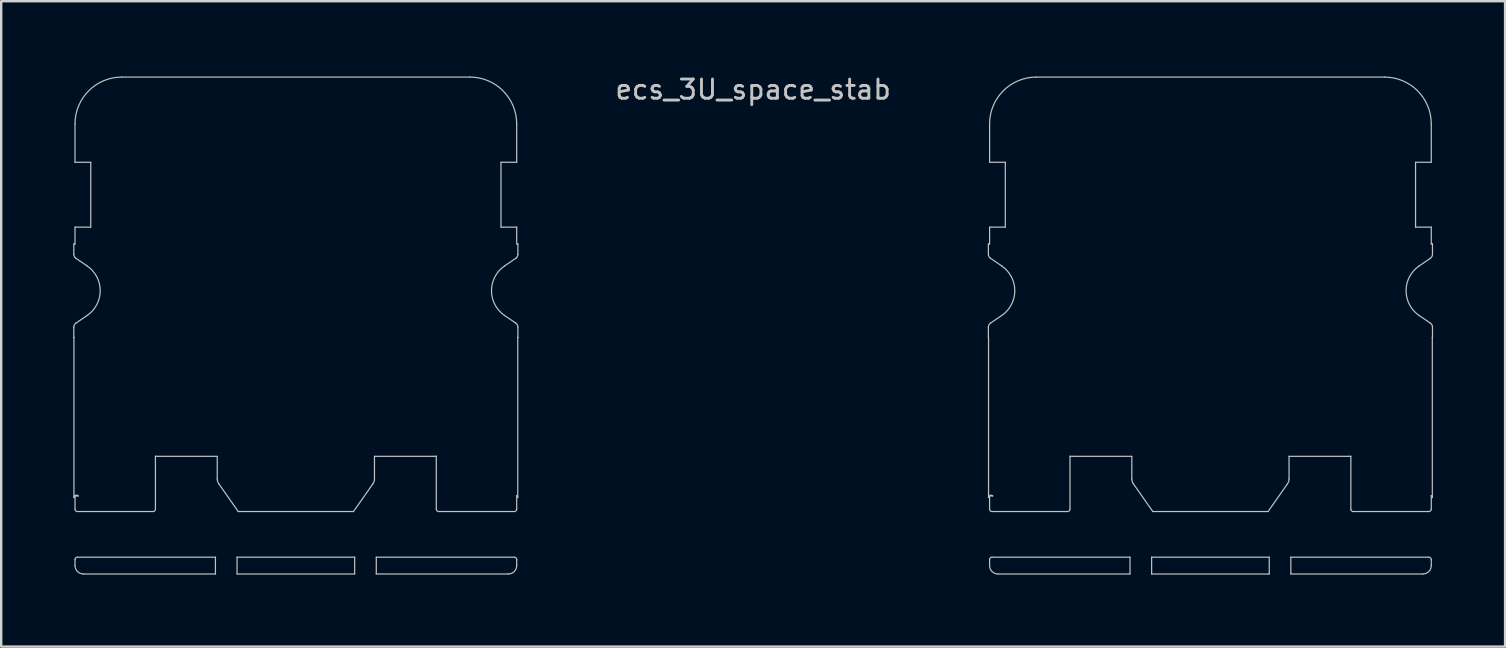
<source format=kicad_pcb>
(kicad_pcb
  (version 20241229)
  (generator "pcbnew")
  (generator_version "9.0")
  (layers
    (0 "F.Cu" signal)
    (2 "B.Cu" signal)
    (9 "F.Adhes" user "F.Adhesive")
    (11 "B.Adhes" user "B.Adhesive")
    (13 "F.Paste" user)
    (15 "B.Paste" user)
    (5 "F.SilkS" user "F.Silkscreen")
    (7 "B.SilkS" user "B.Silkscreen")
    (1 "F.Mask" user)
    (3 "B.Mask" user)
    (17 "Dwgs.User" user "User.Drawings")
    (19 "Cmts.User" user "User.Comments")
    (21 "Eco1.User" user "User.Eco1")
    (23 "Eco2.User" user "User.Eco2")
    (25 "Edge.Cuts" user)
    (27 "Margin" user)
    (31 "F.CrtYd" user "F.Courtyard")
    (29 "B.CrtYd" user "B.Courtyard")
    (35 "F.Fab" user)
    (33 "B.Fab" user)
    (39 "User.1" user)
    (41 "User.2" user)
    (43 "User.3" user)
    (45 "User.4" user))
  (footprint "ecs_3U_space_stab"
    (layer "F.Cu")
    (at 28.325 9.061)
    (property "Reference" "ecs_3U_space_stab" (at 0 -8.382 0) (layer "Dwgs.User") (effects (font (size 0.8 0.8) (thickness 0.12))))
    (attr smd)
    (fp_line (start -28.3 -1.95) (end -28.25 -1.95) (stroke (width 0.05) (type solid)) (layer "Dwgs.User"))
    (fp_line (start -28.3 -1.516) (end -28.3 -1.95) (stroke (width 0.05) (type solid)) (layer "Dwgs.User"))
    (fp_line (start -28.3 1.95) (end -28.3 1.516) (stroke (width 0.05) (type solid)) (layer "Dwgs.User"))
    (fp_line (start -28.294 1.95) (end -28.3 1.95) (stroke (width 0.05) (type solid)) (layer "Dwgs.User"))
    (fp_line (start -28.294 8.616) (end -28.294 1.95) (stroke (width 0.05) (type solid)) (layer "Dwgs.User"))
    (fp_line (start -28.25 -5.35) (end -28.25 -6.95) (stroke (width 0.05) (type solid)) (layer "Dwgs.User"))
    (fp_line (start -28.25 -2.65) (end -27.595 -2.65) (stroke (width 0.05) (type solid)) (layer "Dwgs.User"))
    (fp_line (start -28.25 -1.95) (end -28.25 -2.65) (stroke (width 0.05) (type solid)) (layer "Dwgs.User"))
    (fp_line (start -28.25 8.55) (end -28.119 8.55) (stroke (width 0.05) (type solid)) (layer "Dwgs.User"))
    (fp_line (start -28.25 9.1) (end -28.25 8.55) (stroke (width 0.05) (type solid)) (layer "Dwgs.User"))
    (fp_line (start -28.25 11.45) (end -28.25 11.2) (stroke (width 0.05) (type solid)) (layer "Dwgs.User"))
    (fp_line (start -28.213 1.351) (end -27.746 1.033) (stroke (width 0.05) (type solid)) (layer "Dwgs.User"))
    (fp_line (start -28.15 11.1) (end -22.4 11.1) (stroke (width 0.05) (type solid)) (layer "Dwgs.User"))
    (fp_line (start -27.746 -1.033) (end -28.213 -1.351) (stroke (width 0.05) (type solid)) (layer "Dwgs.User"))
    (fp_line (start -27.595 -5.35) (end -28.25 -5.35) (stroke (width 0.05) (type solid)) (layer "Dwgs.User"))
    (fp_line (start -27.595 -2.65) (end -27.595 -5.35) (stroke (width 0.05) (type solid)) (layer "Dwgs.User"))
    (fp_line (start -26.3 -8.9) (end -11.8 -8.9) (stroke (width 0.05) (type solid)) (layer "Dwgs.User"))
    (fp_line (start -25 9.2) (end -28.15 9.2) (stroke (width 0.05) (type solid)) (layer "Dwgs.User"))
    (fp_line (start -24.9 6.895) (end -24.9 9.1) (stroke (width 0.05) (type solid)) (layer "Dwgs.User"))
    (fp_line (start -22.4 11.1) (end -22.4 11.8) (stroke (width 0.05) (type solid)) (layer "Dwgs.User"))
    (fp_line (start -22.4 11.8) (end -27.9 11.8) (stroke (width 0.05) (type solid)) (layer "Dwgs.User"))
    (fp_line (start -22.325 6.9) (end -24.8 6.9) (stroke (width 0.05) (type solid)) (layer "Dwgs.User"))
    (fp_line (start -22.325 7.84) (end -22.325 6.9) (stroke (width 0.05) (type solid)) (layer "Dwgs.User"))
    (fp_line (start -21.5 11.1) (end -16.6 11.1) (stroke (width 0.05) (type solid)) (layer "Dwgs.User"))
    (fp_line (start -21.5 11.8) (end -21.5 11.1) (stroke (width 0.05) (type solid)) (layer "Dwgs.User"))
    (fp_line (start -21.45 9.2) (end -22.262 8.041) (stroke (width 0.05) (type solid)) (layer "Dwgs.User"))
    (fp_line (start -16.65 9.2) (end -21.45 9.2) (stroke (width 0.05) (type solid)) (layer "Dwgs.User"))
    (fp_line (start -16.6 11.1) (end -16.6 11.8) (stroke (width 0.05) (type solid)) (layer "Dwgs.User"))
    (fp_line (start -16.6 11.8) (end -21.5 11.8) (stroke (width 0.05) (type solid)) (layer "Dwgs.User"))
    (fp_line (start -15.838 8.041) (end -16.65 9.2) (stroke (width 0.05) (type solid)) (layer "Dwgs.User"))
    (fp_line (start -15.775 6.9) (end -15.775 7.84) (stroke (width 0.05) (type solid)) (layer "Dwgs.User"))
    (fp_line (start -15.7 11.1) (end -9.95 11.1) (stroke (width 0.05) (type solid)) (layer "Dwgs.User"))
    (fp_line (start -15.7 11.8) (end -15.7 11.1) (stroke (width 0.05) (type solid)) (layer "Dwgs.User"))
    (fp_line (start -13.3 6.9) (end -15.775 6.9) (stroke (width 0.05) (type solid)) (layer "Dwgs.User"))
    (fp_line (start -13.2 9.1) (end -13.2 6.895) (stroke (width 0.05) (type solid)) (layer "Dwgs.User"))
    (fp_line (start -10.505 -5.35) (end -10.505 -2.65) (stroke (width 0.05) (type solid)) (layer "Dwgs.User"))
    (fp_line (start -10.505 -2.65) (end -9.85 -2.65) (stroke (width 0.05) (type solid)) (layer "Dwgs.User"))
    (fp_line (start -10.354 1.033) (end -9.887 1.351) (stroke (width 0.05) (type solid)) (layer "Dwgs.User"))
    (fp_line (start -10.2 11.8) (end -15.7 11.8) (stroke (width 0.05) (type solid)) (layer "Dwgs.User"))
    (fp_line (start -9.95 9.2) (end -13.1 9.2) (stroke (width 0.05) (type solid)) (layer "Dwgs.User"))
    (fp_line (start -9.887 -1.351) (end -10.354 -1.033) (stroke (width 0.05) (type solid)) (layer "Dwgs.User"))
    (fp_line (start -9.85 8.534) (end -9.85 9.1) (stroke (width 0.05) (type solid)) (layer "Dwgs.User"))
    (fp_line (start -9.85 -6.95) (end -9.85 -5.35) (stroke (width 0.05) (type solid)) (layer "Dwgs.User"))
    (fp_line (start -9.85 -5.35) (end -10.505 -5.35) (stroke (width 0.05) (type solid)) (layer "Dwgs.User"))
    (fp_line (start -9.85 -2.65) (end -9.85 -1.95) (stroke (width 0.05) (type solid)) (layer "Dwgs.User"))
    (fp_line (start -9.85 -1.95) (end -9.8 -1.95) (stroke (width 0.05) (type solid)) (layer "Dwgs.User"))
    (fp_line (start -9.85 11.2) (end -9.85 11.45) (stroke (width 0.05) (type solid)) (layer "Dwgs.User"))
    (fp_line (start -9.806 1.95) (end -9.806 8.616) (stroke (width 0.05) (type solid)) (layer "Dwgs.User"))
    (fp_line (start -9.8 -1.95) (end -9.8 -1.516) (stroke (width 0.05) (type solid)) (layer "Dwgs.User"))
    (fp_line (start -9.8 1.516) (end -9.8 1.95) (stroke (width 0.05) (type solid)) (layer "Dwgs.User"))
    (fp_line (start -9.8 1.95) (end -9.806 1.95) (stroke (width 0.05) (type solid)) (layer "Dwgs.User"))
    (fp_line (start 9.8 -1.95) (end 9.85 -1.95) (stroke (width 0.05) (type solid)) (layer "Dwgs.User"))
    (fp_line (start 9.8 -1.516) (end 9.8 -1.95) (stroke (width 0.05) (type solid)) (layer "Dwgs.User"))
    (fp_line (start 9.8 1.95) (end 9.8 1.516) (stroke (width 0.05) (type solid)) (layer "Dwgs.User"))
    (fp_line (start 9.806 1.95) (end 9.8 1.95) (stroke (width 0.05) (type solid)) (layer "Dwgs.User"))
    (fp_line (start 9.806 8.616) (end 9.806 1.95) (stroke (width 0.05) (type solid)) (layer "Dwgs.User"))
    (fp_line (start 9.85 -5.35) (end 9.85 -6.95) (stroke (width 0.05) (type solid)) (layer "Dwgs.User"))
    (fp_line (start 9.85 -2.65) (end 10.505 -2.65) (stroke (width 0.05) (type solid)) (layer "Dwgs.User"))
    (fp_line (start 9.85 -1.95) (end 9.85 -2.65) (stroke (width 0.05) (type solid)) (layer "Dwgs.User"))
    (fp_line (start 9.85 8.55) (end 9.981 8.55) (stroke (width 0.05) (type solid)) (layer "Dwgs.User"))
    (fp_line (start 9.85 9.1) (end 9.85 8.55) (stroke (width 0.05) (type solid)) (layer "Dwgs.User"))
    (fp_line (start 9.85 11.45) (end 9.85 11.2) (stroke (width 0.05) (type solid)) (layer "Dwgs.User"))
    (fp_line (start 9.887 1.351) (end 10.354 1.033) (stroke (width 0.05) (type solid)) (layer "Dwgs.User"))
    (fp_line (start 9.95 11.1) (end 15.7 11.1) (stroke (width 0.05) (type solid)) (layer "Dwgs.User"))
    (fp_line (start 10.354 -1.033) (end 9.887 -1.351) (stroke (width 0.05) (type solid)) (layer "Dwgs.User"))
    (fp_line (start 10.505 -5.35) (end 9.85 -5.35) (stroke (width 0.05) (type solid)) (layer "Dwgs.User"))
    (fp_line (start 10.505 -2.65) (end 10.505 -5.35) (stroke (width 0.05) (type solid)) (layer "Dwgs.User"))
    (fp_line (start 11.8 -8.9) (end 26.3 -8.9) (stroke (width 0.05) (type solid)) (layer "Dwgs.User"))
    (fp_line (start 13.1 9.2) (end 9.95 9.2) (stroke (width 0.05) (type solid)) (layer "Dwgs.User"))
    (fp_line (start 13.2 6.895) (end 13.2 9.1) (stroke (width 0.05) (type solid)) (layer "Dwgs.User"))
    (fp_line (start 15.7 11.1) (end 15.7 11.8) (stroke (width 0.05) (type solid)) (layer "Dwgs.User"))
    (fp_line (start 15.7 11.8) (end 10.2 11.8) (stroke (width 0.05) (type solid)) (layer "Dwgs.User"))
    (fp_line (start 15.775 6.9) (end 13.3 6.9) (stroke (width 0.05) (type solid)) (layer "Dwgs.User"))
    (fp_line (start 15.775 7.84) (end 15.775 6.9) (stroke (width 0.05) (type solid)) (layer "Dwgs.User"))
    (fp_line (start 16.6 11.1) (end 21.5 11.1) (stroke (width 0.05) (type solid)) (layer "Dwgs.User"))
    (fp_line (start 16.6 11.8) (end 16.6 11.1) (stroke (width 0.05) (type solid)) (layer "Dwgs.User"))
    (fp_line (start 16.65 9.2) (end 15.838 8.041) (stroke (width 0.05) (type solid)) (layer "Dwgs.User"))
    (fp_line (start 21.45 9.2) (end 16.65 9.2) (stroke (width 0.05) (type solid)) (layer "Dwgs.User"))
    (fp_line (start 21.5 11.1) (end 21.5 11.8) (stroke (width 0.05) (type solid)) (layer "Dwgs.User"))
    (fp_line (start 21.5 11.8) (end 16.6 11.8) (stroke (width 0.05) (type solid)) (layer "Dwgs.User"))
    (fp_line (start 22.262 8.041) (end 21.45 9.2) (stroke (width 0.05) (type solid)) (layer "Dwgs.User"))
    (fp_line (start 22.325 6.9) (end 22.325 7.84) (stroke (width 0.05) (type solid)) (layer "Dwgs.User"))
    (fp_line (start 22.4 11.1) (end 28.15 11.1) (stroke (width 0.05) (type solid)) (layer "Dwgs.User"))
    (fp_line (start 22.4 11.8) (end 22.4 11.1) (stroke (width 0.05) (type solid)) (layer "Dwgs.User"))
    (fp_line (start 24.8 6.9) (end 22.325 6.9) (stroke (width 0.05) (type solid)) (layer "Dwgs.User"))
    (fp_line (start 24.9 9.1) (end 24.9 6.895) (stroke (width 0.05) (type solid)) (layer "Dwgs.User"))
    (fp_line (start 27.595 -5.35) (end 27.595 -2.65) (stroke (width 0.05) (type solid)) (layer "Dwgs.User"))
    (fp_line (start 27.595 -2.65) (end 28.25 -2.65) (stroke (width 0.05) (type solid)) (layer "Dwgs.User"))
    (fp_line (start 27.746 1.033) (end 28.213 1.351) (stroke (width 0.05) (type solid)) (layer "Dwgs.User"))
    (fp_line (start 27.9 11.8) (end 22.4 11.8) (stroke (width 0.05) (type solid)) (layer "Dwgs.User"))
    (fp_line (start 28.15 9.2) (end 25 9.2) (stroke (width 0.05) (type solid)) (layer "Dwgs.User"))
    (fp_line (start 28.213 -1.351) (end 27.746 -1.033) (stroke (width 0.05) (type solid)) (layer "Dwgs.User"))
    (fp_line (start 28.25 8.534) (end 28.25 9.1) (stroke (width 0.05) (type solid)) (layer "Dwgs.User"))
    (fp_line (start 28.25 -6.95) (end 28.25 -5.35) (stroke (width 0.05) (type solid)) (layer "Dwgs.User"))
    (fp_line (start 28.25 -5.35) (end 27.595 -5.35) (stroke (width 0.05) (type solid)) (layer "Dwgs.User"))
    (fp_line (start 28.25 -2.65) (end 28.25 -1.95) (stroke (width 0.05) (type solid)) (layer "Dwgs.User"))
    (fp_line (start 28.25 -1.95) (end 28.3 -1.95) (stroke (width 0.05) (type solid)) (layer "Dwgs.User"))
    (fp_line (start 28.25 11.2) (end 28.25 11.45) (stroke (width 0.05) (type solid)) (layer "Dwgs.User"))
    (fp_line (start 28.294 1.95) (end 28.294 8.616) (stroke (width 0.05) (type solid)) (layer "Dwgs.User"))
    (fp_line (start 28.3 -1.95) (end 28.3 -1.516) (stroke (width 0.05) (type solid)) (layer "Dwgs.User"))
    (fp_line (start 28.3 1.516) (end 28.3 1.95) (stroke (width 0.05) (type solid)) (layer "Dwgs.User"))
    (fp_line (start 28.3 1.95) (end 28.294 1.95) (stroke (width 0.05) (type solid)) (layer "Dwgs.User"))
    (fp_arc (start -28.300003 1.516225) (mid -28.276822 1.422766) (end -28.212652 1.350973) (stroke (width 0.05) (type solid)) (layer "Dwgs.User"))
    (fp_arc (start -28.29375 8.616395) (mid -28.22927 8.52292) (end -28.118988 8.55) (stroke (width 0.05) (type solid)) (layer "Dwgs.User"))
    (fp_arc (start -28.25 -6.95) (mid -27.678858 -8.328858) (end -26.3 -8.9) (stroke (width 0.05) (type solid)) (layer "Dwgs.User"))
    (fp_arc (start -28.25 11.199994) (mid -28.220712 11.129286) (end -28.150003 11.1) (stroke (width 0.05) (type solid)) (layer "Dwgs.User"))
    (fp_arc (start -28.212652 -1.350973) (mid -28.276822 -1.422766) (end -28.300003 -1.516225) (stroke (width 0.05) (type solid)) (layer "Dwgs.User"))
    (fp_arc (start -28.150003 9.2) (mid -28.220712 9.170714) (end -28.25 9.100006) (stroke (width 0.05) (type solid)) (layer "Dwgs.User"))
    (fp_arc (start -27.900023 11.8) (mid -28.147497 11.697497) (end -28.25 11.450023) (stroke (width 0.05) (type solid)) (layer "Dwgs.User"))
    (fp_arc (start -27.745979 -1.032887) (mid -27.2 0) (end -27.745979 1.032887) (stroke (width 0.05) (type solid)) (layer "Dwgs.User"))
    (fp_arc (start -24.9 9.099996) (mid -24.929288 9.170709) (end -25 9.2) (stroke (width 0.05) (type solid)) (layer "Dwgs.User"))
    (fp_arc (start -24.8 6.9) (mid -24.850063 6.898746) (end -24.9 6.894987) (stroke (width 0.05) (type solid)) (layer "Dwgs.User"))
    (fp_arc (start -22.261703 8.040768) (mid -22.308801 7.945263) (end -22.325 7.840016) (stroke (width 0.05) (type solid)) (layer "Dwgs.User"))
    (fp_arc (start -15.775 7.840016) (mid -15.791199 7.945263) (end -15.838297 8.040768) (stroke (width 0.05) (type solid)) (layer "Dwgs.User"))
    (fp_arc (start -13.2 6.894987) (mid -13.249937 6.898746) (end -13.3 6.9) (stroke (width 0.05) (type solid)) (layer "Dwgs.User"))
    (fp_arc (start -13.1 9.2) (mid -13.170712 9.170709) (end -13.2 9.099996) (stroke (width 0.05) (type solid)) (layer "Dwgs.User"))
    (fp_arc (start -11.8 -8.9) (mid -10.421142 -8.328858) (end -9.85 -6.95) (stroke (width 0.05) (type solid)) (layer "Dwgs.User"))
    (fp_arc (start -10.354021 1.032887) (mid -10.9 0) (end -10.354021 -1.032887) (stroke (width 0.05) (type solid)) (layer "Dwgs.User"))
    (fp_arc (start -9.949997 11.1) (mid -9.879288 11.129286) (end -9.85 11.199994) (stroke (width 0.05) (type solid)) (layer "Dwgs.User"))
    (fp_arc (start -9.887348 1.350973) (mid -9.823178 1.422766) (end -9.799997 1.516225) (stroke (width 0.05) (type solid)) (layer "Dwgs.User"))
    (fp_arc (start -9.850001 8.533718) (mid -9.817862 8.569625) (end -9.80625 8.616395) (stroke (width 0.05) (type solid)) (layer "Dwgs.User"))
    (fp_arc (start -9.85 9.100006) (mid -9.879288 9.170714) (end -9.949997 9.2) (stroke (width 0.05) (type solid)) (layer "Dwgs.User"))
    (fp_arc (start -9.85 11.450023) (mid -9.952503 11.697497) (end -10.199977 11.8) (stroke (width 0.05) (type solid)) (layer "Dwgs.User"))
    (fp_arc (start -9.799997 -1.516225) (mid -9.823178 -1.422766) (end -9.887348 -1.350973) (stroke (width 0.05) (type solid)) (layer "Dwgs.User"))
    (fp_arc (start 9.799997 1.516225) (mid 9.823168 1.422757) (end 9.887348 1.350973) (stroke (width 0.05) (type solid)) (layer "Dwgs.User"))
    (fp_arc (start 9.80625 8.616395) (mid 9.870717 8.52296) (end 9.981012 8.55) (stroke (width 0.05) (type solid)) (layer "Dwgs.User"))
    (fp_arc (start 9.85 -6.95) (mid 10.421142 -8.328858) (end 11.8 -8.9) (stroke (width 0.05) (type solid)) (layer "Dwgs.User"))
    (fp_arc (start 9.85 11.199994) (mid 9.87929 11.129288) (end 9.949997 11.1) (stroke (width 0.05) (type solid)) (layer "Dwgs.User"))
    (fp_arc (start 9.887348 -1.350973) (mid 9.823192 -1.422769) (end 9.799997 -1.516225) (stroke (width 0.05) (type solid)) (layer "Dwgs.User"))
    (fp_arc (start 9.949997 9.2) (mid 9.87929 9.170712) (end 9.85 9.100006) (stroke (width 0.05) (type solid)) (layer "Dwgs.User"))
    (fp_arc (start 10.199977 11.8) (mid 9.952513 11.697487) (end 9.85 11.450023) (stroke (width 0.05) (type solid)) (layer "Dwgs.User"))
    (fp_arc (start 10.354021 -1.032887) (mid 10.9 0) (end 10.354021 1.032887) (stroke (width 0.05) (type solid)) (layer "Dwgs.User"))
    (fp_arc (start 13.2 9.099996) (mid 13.170712 9.170709) (end 13.1 9.2) (stroke (width 0.05) (type solid)) (layer "Dwgs.User"))
    (fp_arc (start 13.3 6.9) (mid 13.249937 6.898746) (end 13.2 6.894987) (stroke (width 0.05) (type solid)) (layer "Dwgs.User"))
    (fp_arc (start 15.838297 8.040768) (mid 15.791195 7.945264) (end 15.775 7.840016) (stroke (width 0.05) (type solid)) (layer "Dwgs.User"))
    (fp_arc (start 22.325 7.840016) (mid 22.308797 7.945261) (end 22.261703 8.040768) (stroke (width 0.05) (type solid)) (layer "Dwgs.User"))
    (fp_arc (start 24.9 6.894987) (mid 24.850063 6.898746) (end 24.8 6.9) (stroke (width 0.05) (type solid)) (layer "Dwgs.User"))
    (fp_arc (start 25 9.2) (mid 24.929288 9.170709) (end 24.9 9.099996) (stroke (width 0.05) (type solid)) (layer "Dwgs.User"))
    (fp_arc (start 26.3 -8.9) (mid 27.678858 -8.328858) (end 28.25 -6.95) (stroke (width 0.05) (type solid)) (layer "Dwgs.User"))
    (fp_arc (start 27.745979 1.032887) (mid 27.2 0) (end 27.745979 -1.032887) (stroke (width 0.05) (type solid)) (layer "Dwgs.User"))
    (fp_arc (start 28.150003 11.1) (mid 28.22071 11.129288) (end 28.25 11.199994) (stroke (width 0.05) (type solid)) (layer "Dwgs.User"))
    (fp_arc (start 28.212652 1.350973) (mid 28.276808 1.422769) (end 28.300003 1.516225) (stroke (width 0.05) (type solid)) (layer "Dwgs.User"))
    (fp_arc (start 28.249999 8.533718) (mid 28.282153 8.56962) (end 28.29375 8.616395) (stroke (width 0.05) (type solid)) (layer "Dwgs.User"))
    (fp_arc (start 28.25 9.100006) (mid 28.22071 9.170712) (end 28.150003 9.2) (stroke (width 0.05) (type solid)) (layer "Dwgs.User"))
    (fp_arc (start 28.25 11.450023) (mid 28.147487 11.697487) (end 27.900023 11.8) (stroke (width 0.05) (type solid)) (layer "Dwgs.User"))
    (fp_arc (start 28.300003 -1.516225) (mid 28.276832 -1.422757) (end 28.212652 -1.350973) (stroke (width 0.05) (type solid)) (layer "Dwgs.User")))
  (gr_rect
    (start -3 -3)
    (end 59.65 23.886)
    (stroke (width 0.1) (type default))
    (fill no)
    (layer "Edge.Cuts")))
</source>
